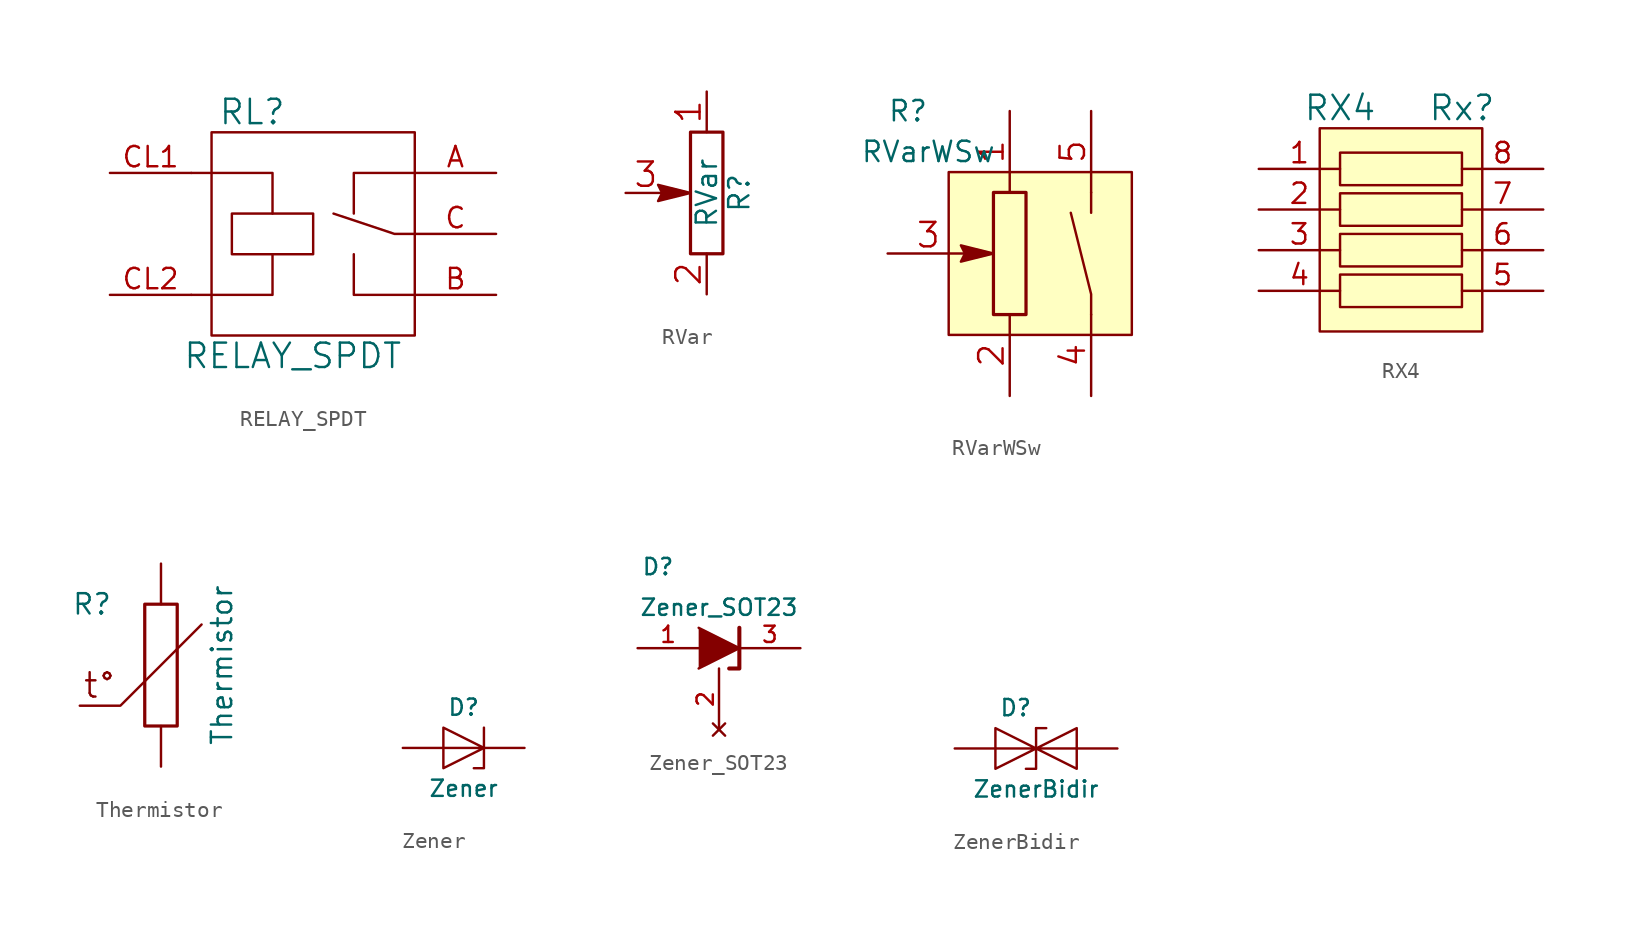
<source format=kicad_sym>
(kicad_symbol_lib
  (version 20201005)
  (generator kicad_symbol_editor)
  (symbol "Tittar_kl:RELAY_SPDT"
    (pin_names
      (offset 1.016) hide)
    (property "Reference" "RL"
      (at -3.81 7.62 0)
      (effects (font (size 1.524 1.524))))
    (property "Value" "RELAY_SPDT"
      (at -1.27 -7.62 0)
      (effects (font (size 1.524 1.524))))
    (property "Footprint" ""
      (at 0 0 0)
      (effects (font (size 1.524 1.524))))
    (property "Datasheet" ""
      (at 0 0 0)
      (effects (font (size 1.524 1.524))))
    (symbol "RELAY_SPDT_0_1"
      (rectangle (start -6.35 6.35) (end 6.35 -6.35) (stroke (width 0)) (fill (type none)))
      (rectangle (start -5.08 1.27) (end 0 -1.27) (stroke (width 0)) (fill (type none)))
      (polyline (pts (xy -7.62 -3.81) (xy -2.54 -3.81) (xy -2.54 -1.27) (xy -2.54 -1.27)) (stroke (width 0)) (fill (type none)))
      (polyline (pts (xy -7.62 3.81) (xy -2.54 3.81) (xy -2.54 1.27) (xy -2.54 1.27)) (stroke (width 0)) (fill (type none)))
      (polyline (pts (xy 6.35 -3.81) (xy 2.54 -3.81) (xy 2.54 -1.27) (xy 2.54 -1.27)) (stroke (width 0)) (fill (type none)))
      (polyline (pts (xy 6.35 0) (xy 5.08 0) (xy 1.27 1.27) (xy 1.27 1.27)) (stroke (width 0)) (fill (type none)))
      (polyline (pts (xy 6.35 3.81) (xy 2.54 3.81) (xy 2.54 1.27) (xy 2.54 1.27)) (stroke (width 0)) (fill (type none))))
    (symbol "RELAY_SPDT_1_1"
      (pin passive line (at 11.43 3.81 180) (length 5.08) (name "A" (effects (font (size 1.27 1.27)))) (number "A" (effects (font (size 1.27 1.27)))))
      (pin passive line (at 11.43 -3.81 180) (length 5.08) (name "B" (effects (font (size 1.27 1.27)))) (number "B" (effects (font (size 1.27 1.27)))))
      (pin passive line (at 11.43 0 180) (length 5.08) (name "C" (effects (font (size 1.27 1.27)))) (number "C" (effects (font (size 1.27 1.27)))))
      (pin passive line (at -12.7 3.81 0) (length 5.08) (name "CL1" (effects (font (size 1.27 1.27)))) (number "CL1" (effects (font (size 1.27 1.27)))))
      (pin passive line (at -12.7 -3.81 0) (length 5.08) (name "CL2" (effects (font (size 1.27 1.27)))) (number "CL2" (effects (font (size 1.27 1.27)))))))
  (symbol "Tittar_kl:RVar"
    (pin_names
      (offset 0))
    (property "Reference" "R"
      (at 2.032 0 90)
      (effects (font (size 1.27 1.27))))
    (property "Value" "RVar"
      (at 0 0 90)
      (effects (font (size 1.27 1.27))))
    (property "Footprint" ""
      (at 0 0 0)
      (effects (font (size 1.524 1.524))))
    (property "Datasheet" ""
      (at 0 0 0)
      (effects (font (size 1.524 1.524))))
    (symbol "RVar_0_1"
      (rectangle (start -1.016 3.81) (end 1.016 -3.81) (stroke (width 0.203)) (fill (type none)))
      (polyline (pts (xy -1.016 0) (xy -3.048 0.508) (xy -2.794 0) (xy -3.048 -0.508) (xy -1.016 0) (xy -1.016 0)) (stroke (width 0)) (fill (type outline))))
    (symbol "RVar_1_1"
      (pin passive line (at 0 6.35 270) (length 2.54) (name "~" (effects (font (size 1.524 1.524)))) (number "1" (effects (font (size 1.524 1.524)))))
      (pin passive line (at 0 -6.35 90) (length 2.54) (name "~" (effects (font (size 1.524 1.524)))) (number "2" (effects (font (size 1.524 1.524)))))
      (pin passive line (at -5.08 0 0) (length 2.54) (name "~" (effects (font (size 1.524 1.524)))) (number "3" (effects (font (size 1.524 1.524)))))))
  (symbol "Tittar_kl:RVarWSw"
    (pin_names
      (offset 0))
    (property "Reference" "R"
      (at -6.35 8.89 0)
      (effects (font (size 1.27 1.27))))
    (property "Value" "RVarWSw"
      (at -5.08 6.35 0)
      (effects (font (size 1.27 1.27))))
    (property "Footprint" ""
      (at 0 0 0)
      (effects (font (size 1.524 1.524))))
    (property "Datasheet" ""
      (at 0 0 0)
      (effects (font (size 1.524 1.524))))
    (symbol "RVarWSw_0_1"
      (rectangle (start -3.81 5.08) (end 7.62 -5.08) (stroke (width 0)) (fill (type background)))
      (rectangle (start -1.016 3.81) (end 1.016 -3.81) (stroke (width 0.203)) (fill (type none)))
      (polyline (pts (xy 5.08 2.54) (xy 5.08 3.81)) (stroke (width 0)) (fill (type none)))
      (polyline (pts (xy 5.08 -3.81) (xy 5.08 -2.54) (xy 3.81 2.54)) (stroke (width 0)) (fill (type none)))
      (polyline (pts (xy -1.016 0) (xy -3.048 0.508) (xy -2.794 0) (xy -3.048 -0.508) (xy -1.016 0) (xy -1.016 0)) (stroke (width 0)) (fill (type outline))))
    (symbol "RVarWSw_1_1"
      (pin passive line (at 0 8.89 270) (length 5.08) (name "~" (effects (font (size 1.524 1.524)))) (number "1" (effects (font (size 1.524 1.524)))))
      (pin passive line (at 0 -8.89 90) (length 5.08) (name "~" (effects (font (size 1.524 1.524)))) (number "2" (effects (font (size 1.524 1.524)))))
      (pin passive line (at -7.62 0 0) (length 5.08) (name "~" (effects (font (size 1.524 1.524)))) (number "3" (effects (font (size 1.524 1.524)))))
      (pin passive line (at 5.08 -8.89 90) (length 5.08) (name "~" (effects (font (size 1.524 1.524)))) (number "4" (effects (font (size 1.524 1.524)))))
      (pin passive line (at 5.08 8.89 270) (length 5.08) (name "~" (effects (font (size 1.524 1.524)))) (number "5" (effects (font (size 1.524 1.524)))))))
  (symbol "Tittar_kl:RX4"
    (pin_names
      (offset 1.016))
    (property "Reference" "Rx"
      (at 3.81 7.62 0)
      (effects (font (size 1.524 1.524))))
    (property "Value" "RX4"
      (at -3.81 7.62 0)
      (effects (font (size 1.524 1.524))))
    (property "Footprint" ""
      (at 0 0 0)
      (effects (font (size 1.524 1.524))))
    (property "Datasheet" ""
      (at 0 0 0)
      (effects (font (size 1.524 1.524))))
    (symbol "RX4_0_1"
      (rectangle (start -5.08 6.35) (end 5.08 -6.35) (stroke (width 0)) (fill (type background)))
      (rectangle (start -3.81 -2.794) (end 3.81 -4.826) (stroke (width 0)) (fill (type none)))
      (rectangle (start -3.81 -0.254) (end 3.81 -2.286) (stroke (width 0)) (fill (type none)))
      (rectangle (start -3.81 2.286) (end 3.81 0.254) (stroke (width 0)) (fill (type none)))
      (rectangle (start -3.81 2.794) (end 3.81 4.826) (stroke (width 0)) (fill (type none))))
    (symbol "RX4_1_1"
      (pin passive line (at -8.89 3.81 0) (length 5.08) (name "~" (effects (font (size 1.27 1.27)))) (number "1" (effects (font (size 1.27 1.27)))))
      (pin passive line (at -8.89 1.27 0) (length 5.08) (name "~" (effects (font (size 1.27 1.27)))) (number "2" (effects (font (size 1.27 1.27)))))
      (pin passive line (at -8.89 -1.27 0) (length 5.08) (name "~" (effects (font (size 1.27 1.27)))) (number "3" (effects (font (size 1.27 1.27)))))
      (pin passive line (at -8.89 -3.81 0) (length 5.08) (name "~" (effects (font (size 1.27 1.27)))) (number "4" (effects (font (size 1.27 1.27)))))
      (pin passive line (at 8.89 -3.81 180) (length 5.08) (name "~" (effects (font (size 1.27 1.27)))) (number "5" (effects (font (size 1.27 1.27)))))
      (pin passive line (at 8.89 -1.27 180) (length 5.08) (name "~" (effects (font (size 1.27 1.27)))) (number "6" (effects (font (size 1.27 1.27)))))
      (pin passive line (at 8.89 1.27 180) (length 5.08) (name "~" (effects (font (size 1.27 1.27)))) (number "7" (effects (font (size 1.27 1.27)))))
      (pin passive line (at 8.89 3.81 180) (length 5.08) (name "~" (effects (font (size 1.27 1.27)))) (number "8" (effects (font (size 1.27 1.27)))))))
  (symbol "Tittar_kl:Thermistor"
    (pin_numbers hide)
    (pin_names
      (offset 0))
    (property "Reference" "R"
      (at -4.318 3.81 0)
      (effects (font (size 1.27 1.27))))
    (property "Value" "Thermistor"
      (at 3.81 0 90)
      (effects (font (size 1.27 1.27))))
    (property "Footprint" ""
      (at 0 0 0)
      (effects (font (size 1.524 1.524))))
    (property "Datasheet" ""
      (at 0 0 0)
      (effects (font (size 1.524 1.524))))
    (symbol "Thermistor_0_0"
      (text "t°" (at -3.81 -1.27 0) (effects (font (size 1.524 1.524)))))
    (symbol "Thermistor_0_1"
      (rectangle (start -1.016 3.81) (end 1.016 -3.81) (stroke (width 0.203)) (fill (type none)))
      (polyline (pts (xy 2.54 2.54) (xy -2.54 -2.54) (xy -5.08 -2.54)) (stroke (width 0)) (fill (type none))))
    (symbol "Thermistor_1_1"
      (pin passive line (at 0 6.35 270) (length 2.54) (name "~" (effects (font (size 1.524 1.524)))) (number "1" (effects (font (size 1.524 1.524)))))
      (pin passive line (at 0 -6.35 90) (length 2.54) (name "~" (effects (font (size 1.524 1.524)))) (number "2" (effects (font (size 1.524 1.524)))))))
  (symbol "Tittar_kl:Zener"
    (pin_numbers hide)
    (pin_names
      (offset 1.016) hide)
    (property "Reference" "D"
      (at 0 2.54 0)
      (effects (font (size 1.016 1.016))))
    (property "Value" "Zener"
      (at 0 -2.54 0)
      (effects (font (size 1.016 1.016))))
    (property "Footprint" ""
      (at -7.62 11.43 0)
      (effects (font (size 1.524 1.524))))
    (property "Datasheet" ""
      (at -7.62 11.43 0)
      (effects (font (size 1.524 1.524))))
    (symbol "Zener_0_1"
      (polyline (pts (xy 1.27 1.27) (xy 1.27 -1.27) (xy 0.635 -1.27)) (stroke (width 0)) (fill (type none)))
      (polyline (pts (xy 1.27 0) (xy -1.27 -1.27) (xy -1.27 1.27) (xy 1.27 0) (xy -1.27 0)) (stroke (width 0)) (fill (type none))))
    (symbol "Zener_1_1"
      (pin passive line (at -3.81 0 0) (length 2.54) (name "~" (effects (font (size 1.016 1.016)))) (number "A" (effects (font (size 1.016 1.016)))))
      (pin passive line (at 3.81 0 180) (length 2.54) (name "~" (effects (font (size 1.016 1.016)))) (number "C" (effects (font (size 1.016 1.016)))))))
  (symbol "Tittar_kl:Zener_SOT23"
    (pin_names
      (offset 1.016) hide)
    (property "Reference" "D"
      (at -3.81 5.08 0)
      (effects (font (size 1.016 1.016))))
    (property "Value" "Zener_SOT23"
      (at 0 2.54 0)
      (effects (font (size 1.016 1.016))))
    (property "Footprint" ""
      (at 0 0 0)
      (effects (font (size 1.524 1.524))))
    (property "Datasheet" ""
      (at 0 0 0)
      (effects (font (size 1.524 1.524))))
    (symbol "Zener_SOT23_0_1"
      (polyline (pts (xy -1.27 1.27) (xy 1.27 0) (xy -1.27 -1.27)) (stroke (width 0)) (fill (type outline)))
      (polyline (pts (xy 0.635 -1.27) (xy 1.27 -1.27) (xy 1.27 1.27) (xy 1.27 1.27)) (stroke (width 0.254)) (fill (type none))))
    (symbol "Zener_SOT23_1_1"
      (pin passive line (at -5.08 0 0) (length 3.81) (name "~" (effects (font (size 1.016 1.016)))) (number "1" (effects (font (size 1.016 1.016)))))
      (pin unconnected line (at 0 -5.08 90) (length 3.81) (name "~" (effects (font (size 1.016 1.016)))) (number "2" (effects (font (size 1.016 1.016)))))
      (pin passive line (at 5.08 0 180) (length 3.81) (name "~" (effects (font (size 1.016 1.016)))) (number "3" (effects (font (size 1.016 1.016)))))))
  (symbol "Tittar_kl:ZenerBidir"
    (pin_numbers hide)
    (pin_names
      (offset 1.016) hide)
    (property "Reference" "D"
      (at -1.27 2.54 0)
      (effects (font (size 1.016 1.016))))
    (property "Value" "ZenerBidir"
      (at 0 -2.54 0)
      (effects (font (size 1.016 1.016))))
    (property "Footprint" ""
      (at -7.62 11.43 0)
      (effects (font (size 1.524 1.524))))
    (property "Datasheet" ""
      (at -7.62 11.43 0)
      (effects (font (size 1.524 1.524))))
    (symbol "ZenerBidir_0_1"
      (polyline (pts (xy 0 1.27) (xy 0.635 1.27)) (stroke (width 0)) (fill (type none)))
      (polyline (pts (xy 0 1.27) (xy 0 -1.27) (xy -0.635 -1.27)) (stroke (width 0)) (fill (type none)))
      (polyline (pts (xy 0 0) (xy -2.54 -1.27) (xy -2.54 1.27) (xy 0 0) (xy -2.54 0)) (stroke (width 0)) (fill (type none)))
      (polyline (pts (xy 0 0) (xy 2.54 1.27) (xy 2.54 -1.27) (xy 0 0) (xy 2.54 0)) (stroke (width 0)) (fill (type none))))
    (symbol "ZenerBidir_1_1"
      (pin passive line (at -5.08 0 0) (length 2.54) (name "~" (effects (font (size 1.016 1.016)))) (number "A" (effects (font (size 1.016 1.016)))))
      (pin passive line (at 5.08 0 180) (length 2.54) (name "~" (effects (font (size 1.016 1.016)))) (number "C" (effects (font (size 1.016 1.016))))))))
</source>
